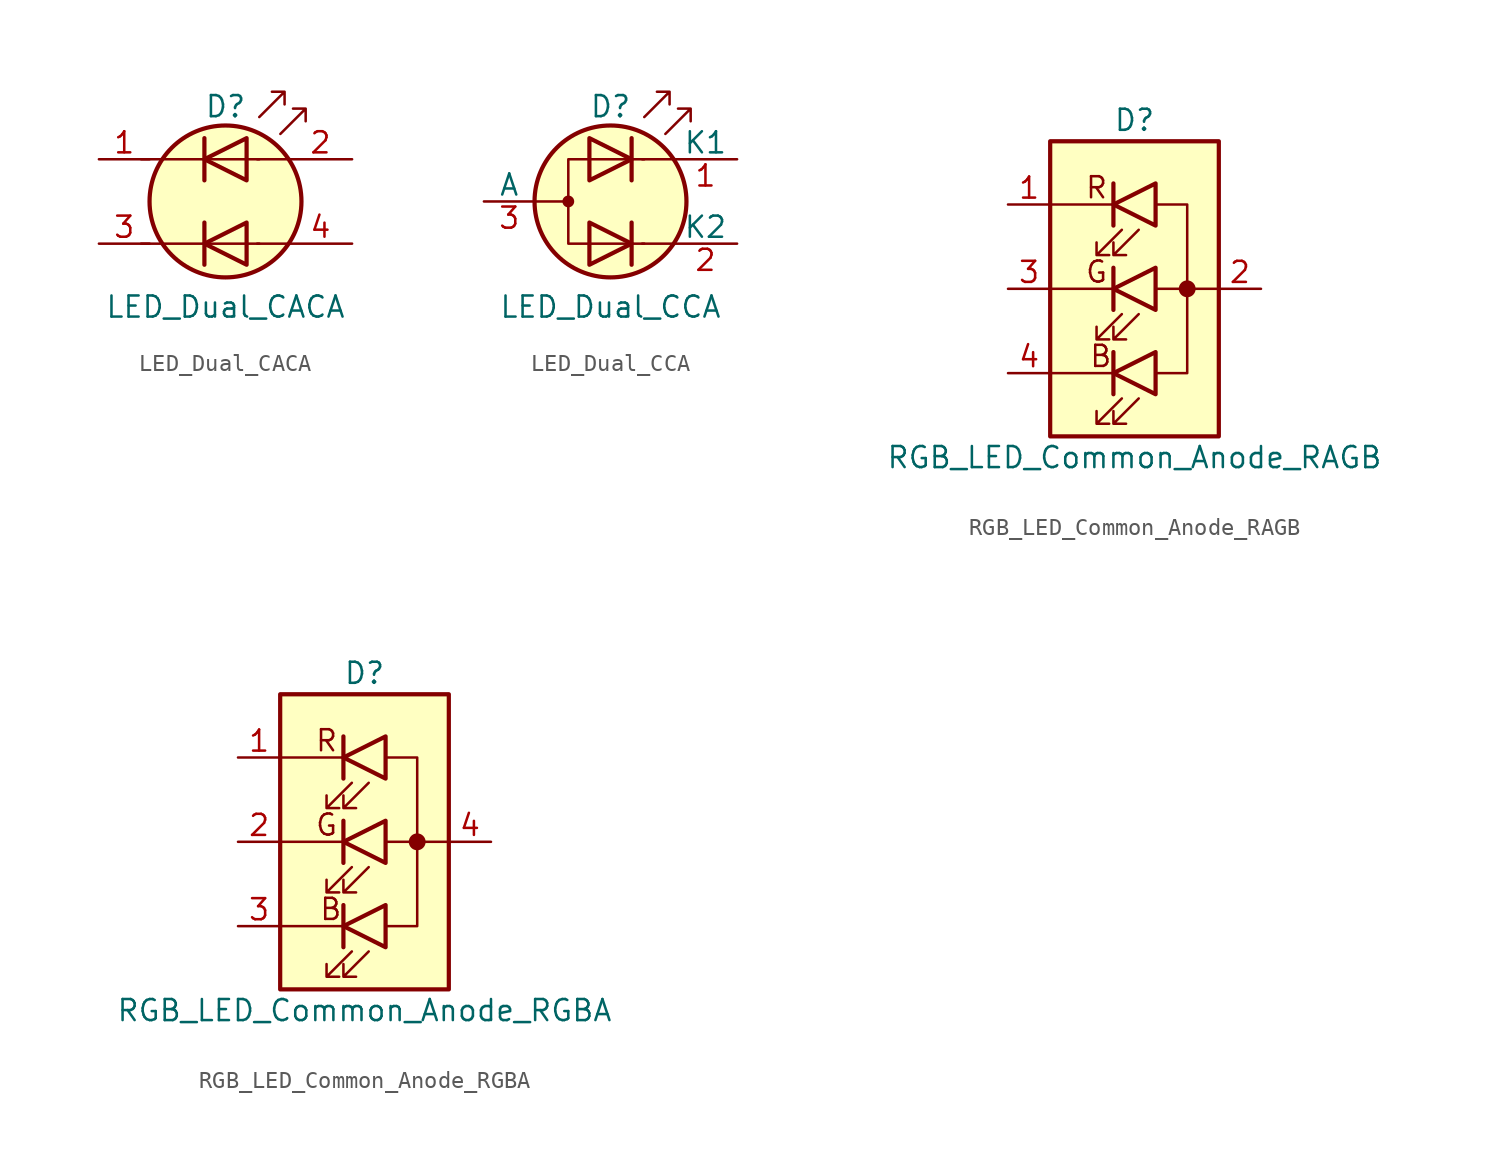
<source format=kicad_sym>
(kicad_symbol_lib
  (version 20211014)
  (generator kicad_symbol_editor)
  (symbol "LED_Dual_CACA"
    (pin_names
      (offset 0) hide)
    (property "Reference" "D"
      (at 0 5.715 0)
      (effects (font (size 1.27 1.27))))
    (property "Value" "LED_Dual_CACA"
      (at 0 -6.35 0)
      (effects (font (size 1.27 1.27))))
    (symbol "LED_Dual_CACA_0_1"
      (polyline (pts (xy -5.08 -2.54) (xy 2.032 -2.54)) (stroke (width 0) (type default) (color 0 0 0 0)) (fill (type none)))
      (polyline (pts (xy -5.08 2.54) (xy 2.032 2.54)) (stroke (width 0) (type default) (color 0 0 0 0)) (fill (type none)))
      (polyline (pts (xy -1.27 -1.27) (xy -1.27 -3.81)) (stroke (width 0.254) (type default) (color 0 0 0 0)) (fill (type none)))
      (polyline (pts (xy -1.27 3.81) (xy -1.27 1.27)) (stroke (width 0.254) (type default) (color 0 0 0 0)) (fill (type none)))
      (polyline (pts (xy 3.81 -2.54) (xy 1.905 -2.54)) (stroke (width 0) (type default) (color 0 0 0 0)) (fill (type none)))
      (polyline (pts (xy 3.81 2.54) (xy 1.905 2.54)) (stroke (width 0) (type default) (color 0 0 0 0)) (fill (type none)))
      (polyline (pts (xy 1.27 -1.27) (xy 1.27 -3.81) (xy -1.27 -2.54) (xy 1.27 -1.27)) (stroke (width 0.254) (type default) (color 0 0 0 0)) (fill (type none)))
      (polyline (pts (xy 1.27 3.81) (xy 1.27 1.27) (xy -1.27 2.54) (xy 1.27 3.81)) (stroke (width 0.254) (type default) (color 0 0 0 0)) (fill (type none)))
      (polyline (pts (xy 2.032 5.08) (xy 3.556 6.604) (xy 2.794 6.604) (xy 3.556 6.604) (xy 3.556 5.842)) (stroke (width 0) (type default) (color 0 0 0 0)) (fill (type none)))
      (polyline (pts (xy 3.302 4.064) (xy 4.826 5.588) (xy 4.064 5.588) (xy 4.826 5.588) (xy 4.826 4.826)) (stroke (width 0) (type default) (color 0 0 0 0)) (fill (type none)))
      (circle (center 0 0) (radius 4.572) (stroke (width 0.254) (type default) (color 0 0 0 0)) (fill (type background))))
    (symbol "LED_Dual_CACA_1_1"
      (pin input line (at -7.62 2.54 0) (length 3.048) (name "A1" (effects (font (size 1.27 1.27)))) (number "1" (effects (font (size 1.27 1.27)))))
      (pin input line (at 7.62 2.54 180) (length 3.81) (name "K1" (effects (font (size 1.27 1.27)))) (number "2" (effects (font (size 1.27 1.27)))))
      (pin input line (at -7.62 -2.54 0) (length 3.048) (name "A2" (effects (font (size 1.27 1.27)))) (number "3" (effects (font (size 1.27 1.27)))))
      (pin input line (at 7.62 -2.54 180) (length 3.81) (name "K2" (effects (font (size 1.27 1.27)))) (number "4" (effects (font (size 1.27 1.27)))))))
  (symbol "LED_Dual_CCA"
    (pin_names
      (offset 0))
    (property "Reference" "D"
      (at 0 5.715 0)
      (effects (font (size 1.27 1.27))))
    (property "Value" "LED_Dual_CCA"
      (at 0 -6.35 0)
      (effects (font (size 1.27 1.27))))
    (symbol "LED_Dual_CCA_0_1"
      (circle (center -2.54 0) (radius 0.279) (stroke (width 0) (type default) (color 0 0 0 0)) (fill (type outline)))
      (polyline (pts (xy -4.572 0) (xy -2.54 0)) (stroke (width 0) (type default) (color 0 0 0 0)) (fill (type none)))
      (polyline (pts (xy 1.27 -1.27) (xy 1.27 -3.81)) (stroke (width 0.254) (type default) (color 0 0 0 0)) (fill (type none)))
      (polyline (pts (xy 1.27 3.81) (xy 1.27 1.27)) (stroke (width 0.254) (type default) (color 0 0 0 0)) (fill (type none)))
      (polyline (pts (xy 3.81 -2.54) (xy 1.905 -2.54)) (stroke (width 0) (type default) (color 0 0 0 0)) (fill (type none)))
      (polyline (pts (xy 3.81 2.54) (xy 1.905 2.54)) (stroke (width 0) (type default) (color 0 0 0 0)) (fill (type none)))
      (polyline (pts (xy -1.27 -1.27) (xy -1.27 -3.81) (xy 1.27 -2.54) (xy -1.27 -1.27)) (stroke (width 0.254) (type default) (color 0 0 0 0)) (fill (type none)))
      (polyline (pts (xy -1.27 3.81) (xy -1.27 1.27) (xy 1.27 2.54) (xy -1.27 3.81)) (stroke (width 0.254) (type default) (color 0 0 0 0)) (fill (type none)))
      (polyline (pts (xy 2.032 2.54) (xy -2.54 2.54) (xy -2.54 -2.54) (xy 2.032 -2.54)) (stroke (width 0) (type default) (color 0 0 0 0)) (fill (type none)))
      (polyline (pts (xy 2.032 5.08) (xy 3.556 6.604) (xy 2.794 6.604) (xy 3.556 6.604) (xy 3.556 5.842)) (stroke (width 0) (type default) (color 0 0 0 0)) (fill (type none)))
      (polyline (pts (xy 3.302 4.064) (xy 4.826 5.588) (xy 4.064 5.588) (xy 4.826 5.588) (xy 4.826 4.826)) (stroke (width 0) (type default) (color 0 0 0 0)) (fill (type none)))
      (circle (center 0 0) (radius 4.572) (stroke (width 0.254) (type default) (color 0 0 0 0)) (fill (type background))))
    (symbol "LED_Dual_CCA_1_1"
      (pin input line (at 7.62 2.54 180) (length 3.81) (name "K1" (effects (font (size 1.27 1.27)))) (number "1" (effects (font (size 1.27 1.27)))))
      (pin input line (at 7.62 -2.54 180) (length 3.81) (name "K2" (effects (font (size 1.27 1.27)))) (number "2" (effects (font (size 1.27 1.27)))))
      (pin input line (at -7.62 0 0) (length 3.048) (name "A" (effects (font (size 1.27 1.27)))) (number "3" (effects (font (size 1.27 1.27)))))))
  (symbol "RGB_LED_Common_Anode_RAGB"
    (pin_names
      (offset 0) hide)
    (property "Reference" "D"
      (at 0 10.16 0)
      (effects (font (size 1.27 1.27))))
    (property "Value" "RGB_LED_Common_Anode_RAGB"
      (at 0 -10.16 0)
      (effects (font (size 1.27 1.27))))
    (symbol "RGB_LED_Common_Anode_RAGB_0_0"
      (text "B" (at -2.032 -4.064 0) (effects (font (size 1.27 1.27))))
      (text "G" (at -2.286 1.016 0) (effects (font (size 1.27 1.27))))
      (text "R" (at -2.286 6.096 0) (effects (font (size 1.27 1.27)))))
    (symbol "RGB_LED_Common_Anode_RAGB_0_1"
      (rectangle (start -5.08 -8.89) (end 5.08 8.89) (stroke (width 0.254) (type default) (color 0 0 0 0)) (fill (type background)))
      (polyline (pts (xy -5.08 -5.08) (xy -1.27 -5.08)) (stroke (width 0) (type default) (color 0 0 0 0)) (fill (type none)))
      (polyline (pts (xy -5.08 5.08) (xy -1.27 5.08)) (stroke (width 0) (type default) (color 0 0 0 0)) (fill (type none)))
      (polyline (pts (xy -1.27 -3.81) (xy -1.27 -6.35)) (stroke (width 0.254) (type default) (color 0 0 0 0)) (fill (type none)))
      (polyline (pts (xy -1.27 0) (xy -5.08 0)) (stroke (width 0) (type default) (color 0 0 0 0)) (fill (type none)))
      (polyline (pts (xy -1.27 1.27) (xy -1.27 -1.27)) (stroke (width 0.254) (type default) (color 0 0 0 0)) (fill (type none)))
      (polyline (pts (xy -1.27 6.35) (xy -1.27 3.81)) (stroke (width 0.254) (type default) (color 0 0 0 0)) (fill (type none)))
      (polyline (pts (xy 1.27 0) (xy 5.08 0)) (stroke (width 0) (type default) (color 0 0 0 0)) (fill (type none)))
      (polyline (pts (xy 1.27 -5.08) (xy 3.175 -5.08) (xy 3.175 5.08) (xy 1.27 5.08)) (stroke (width 0) (type default) (color 0 0 0 0)) (fill (type none)))
      (polyline (pts (xy 1.27 -3.81) (xy 1.27 -6.35) (xy -1.27 -5.08) (xy 1.27 -3.81)) (stroke (width 0.254) (type default) (color 0 0 0 0)) (fill (type none)))
      (polyline (pts (xy 1.27 1.27) (xy 1.27 -1.27) (xy -1.27 0) (xy 1.27 1.27)) (stroke (width 0.254) (type default) (color 0 0 0 0)) (fill (type none)))
      (polyline (pts (xy 1.27 6.35) (xy 1.27 3.81) (xy -1.27 5.08) (xy 1.27 6.35)) (stroke (width 0.254) (type default) (color 0 0 0 0)) (fill (type none)))
      (polyline (pts (xy -0.762 -6.604) (xy -2.286 -8.128) (xy -1.524 -8.128) (xy -2.286 -8.128) (xy -2.286 -7.366)) (stroke (width 0) (type default) (color 0 0 0 0)) (fill (type none)))
      (polyline (pts (xy -0.762 -1.524) (xy -2.286 -3.048) (xy -1.524 -3.048) (xy -2.286 -3.048) (xy -2.286 -2.286)) (stroke (width 0) (type default) (color 0 0 0 0)) (fill (type none)))
      (polyline (pts (xy -0.762 3.556) (xy -2.286 2.032) (xy -1.524 2.032) (xy -2.286 2.032) (xy -2.286 2.794)) (stroke (width 0) (type default) (color 0 0 0 0)) (fill (type none)))
      (polyline (pts (xy 0.254 -6.604) (xy -1.27 -8.128) (xy -0.508 -8.128) (xy -1.27 -8.128) (xy -1.27 -7.366)) (stroke (width 0) (type default) (color 0 0 0 0)) (fill (type none)))
      (polyline (pts (xy 0.254 -1.524) (xy -1.27 -3.048) (xy -0.508 -3.048) (xy -1.27 -3.048) (xy -1.27 -2.286)) (stroke (width 0) (type default) (color 0 0 0 0)) (fill (type none)))
      (polyline (pts (xy 0.254 3.556) (xy -1.27 2.032) (xy -0.508 2.032) (xy -1.27 2.032) (xy -1.27 2.794)) (stroke (width 0) (type default) (color 0 0 0 0)) (fill (type none)))
      (rectangle (start 1.27 6.35) (end 1.27 6.35) (stroke (width 0) (type default) (color 0 0 0 0)) (fill (type none)))
      (circle (center 3.175 0) (radius 0.0001) (stroke (width 0) (type default) (color 0 0 0 0)) (fill (type none)))
      (circle (center 3.175 0) (radius 0.0001) (stroke (width 0.508) (type default) (color 0 0 0 0)) (fill (type none))))
    (symbol "RGB_LED_Common_Anode_RAGB_1_1"
      (pin input line (at -7.62 5.08 0) (length 2.54) (name "R" (effects (font (size 1.27 1.27)))) (number "1" (effects (font (size 1.27 1.27)))))
      (pin power_in line (at 7.62 0 180) (length 2.54) (name "A" (effects (font (size 1.27 1.27)))) (number "2" (effects (font (size 1.27 1.27)))))
      (pin input line (at -7.62 0 0) (length 2.54) (name "G" (effects (font (size 1.27 1.27)))) (number "3" (effects (font (size 1.27 1.27)))))
      (pin input line (at -7.62 -5.08 0) (length 2.54) (name "B" (effects (font (size 1.27 1.27)))) (number "4" (effects (font (size 1.27 1.27)))))))
  (symbol "RGB_LED_Common_Anode_RGBA"
    (pin_names
      (offset 0) hide)
    (property "Reference" "D"
      (at 0 10.16 0)
      (effects (font (size 1.27 1.27))))
    (property "Value" "RGB_LED_Common_Anode_RGBA"
      (at 0 -10.16 0)
      (effects (font (size 1.27 1.27))))
    (symbol "RGB_LED_Common_Anode_RGBA_0_0"
      (text "B" (at -2.032 -4.064 0) (effects (font (size 1.27 1.27))))
      (text "G" (at -2.286 1.016 0) (effects (font (size 1.27 1.27))))
      (text "R" (at -2.286 6.096 0) (effects (font (size 1.27 1.27)))))
    (symbol "RGB_LED_Common_Anode_RGBA_0_1"
      (rectangle (start -5.08 -8.89) (end 5.08 8.89) (stroke (width 0.254) (type default) (color 0 0 0 0)) (fill (type background)))
      (polyline (pts (xy -5.08 -5.08) (xy -1.27 -5.08)) (stroke (width 0) (type default) (color 0 0 0 0)) (fill (type none)))
      (polyline (pts (xy -5.08 5.08) (xy -1.27 5.08)) (stroke (width 0) (type default) (color 0 0 0 0)) (fill (type none)))
      (polyline (pts (xy -1.27 -3.81) (xy -1.27 -6.35)) (stroke (width 0.254) (type default) (color 0 0 0 0)) (fill (type none)))
      (polyline (pts (xy -1.27 0) (xy -5.08 0)) (stroke (width 0) (type default) (color 0 0 0 0)) (fill (type none)))
      (polyline (pts (xy -1.27 1.27) (xy -1.27 -1.27)) (stroke (width 0.254) (type default) (color 0 0 0 0)) (fill (type none)))
      (polyline (pts (xy -1.27 6.35) (xy -1.27 3.81)) (stroke (width 0.254) (type default) (color 0 0 0 0)) (fill (type none)))
      (polyline (pts (xy 1.27 0) (xy 5.08 0)) (stroke (width 0) (type default) (color 0 0 0 0)) (fill (type none)))
      (polyline (pts (xy 1.27 -5.08) (xy 3.175 -5.08) (xy 3.175 5.08) (xy 1.27 5.08)) (stroke (width 0) (type default) (color 0 0 0 0)) (fill (type none)))
      (polyline (pts (xy 1.27 -3.81) (xy 1.27 -6.35) (xy -1.27 -5.08) (xy 1.27 -3.81)) (stroke (width 0.254) (type default) (color 0 0 0 0)) (fill (type none)))
      (polyline (pts (xy 1.27 1.27) (xy 1.27 -1.27) (xy -1.27 0) (xy 1.27 1.27)) (stroke (width 0.254) (type default) (color 0 0 0 0)) (fill (type none)))
      (polyline (pts (xy 1.27 6.35) (xy 1.27 3.81) (xy -1.27 5.08) (xy 1.27 6.35)) (stroke (width 0.254) (type default) (color 0 0 0 0)) (fill (type none)))
      (polyline (pts (xy -0.762 -6.604) (xy -2.286 -8.128) (xy -1.524 -8.128) (xy -2.286 -8.128) (xy -2.286 -7.366)) (stroke (width 0) (type default) (color 0 0 0 0)) (fill (type none)))
      (polyline (pts (xy -0.762 -1.524) (xy -2.286 -3.048) (xy -1.524 -3.048) (xy -2.286 -3.048) (xy -2.286 -2.286)) (stroke (width 0) (type default) (color 0 0 0 0)) (fill (type none)))
      (polyline (pts (xy -0.762 3.556) (xy -2.286 2.032) (xy -1.524 2.032) (xy -2.286 2.032) (xy -2.286 2.794)) (stroke (width 0) (type default) (color 0 0 0 0)) (fill (type none)))
      (polyline (pts (xy 0.254 -6.604) (xy -1.27 -8.128) (xy -0.508 -8.128) (xy -1.27 -8.128) (xy -1.27 -7.366)) (stroke (width 0) (type default) (color 0 0 0 0)) (fill (type none)))
      (polyline (pts (xy 0.254 -1.524) (xy -1.27 -3.048) (xy -0.508 -3.048) (xy -1.27 -3.048) (xy -1.27 -2.286)) (stroke (width 0) (type default) (color 0 0 0 0)) (fill (type none)))
      (polyline (pts (xy 0.254 3.556) (xy -1.27 2.032) (xy -0.508 2.032) (xy -1.27 2.032) (xy -1.27 2.794)) (stroke (width 0) (type default) (color 0 0 0 0)) (fill (type none)))
      (rectangle (start 1.27 6.35) (end 1.27 6.35) (stroke (width 0) (type default) (color 0 0 0 0)) (fill (type none)))
      (circle (center 3.175 0) (radius 0.0001) (stroke (width 0) (type default) (color 0 0 0 0)) (fill (type none)))
      (circle (center 3.175 0) (radius 0.0001) (stroke (width 0.508) (type default) (color 0 0 0 0)) (fill (type none))))
    (symbol "RGB_LED_Common_Anode_RGBA_1_1"
      (pin input line (at -7.62 5.08 0) (length 2.54) (name "R" (effects (font (size 1.27 1.27)))) (number "1" (effects (font (size 1.27 1.27)))))
      (pin input line (at -7.62 0 0) (length 2.54) (name "G" (effects (font (size 1.27 1.27)))) (number "2" (effects (font (size 1.27 1.27)))))
      (pin input line (at -7.62 -5.08 0) (length 2.54) (name "B" (effects (font (size 1.27 1.27)))) (number "3" (effects (font (size 1.27 1.27)))))
      (pin power_in line (at 7.62 0 180) (length 2.54) (name "A" (effects (font (size 1.27 1.27)))) (number "4" (effects (font (size 1.27 1.27))))))))
</source>
